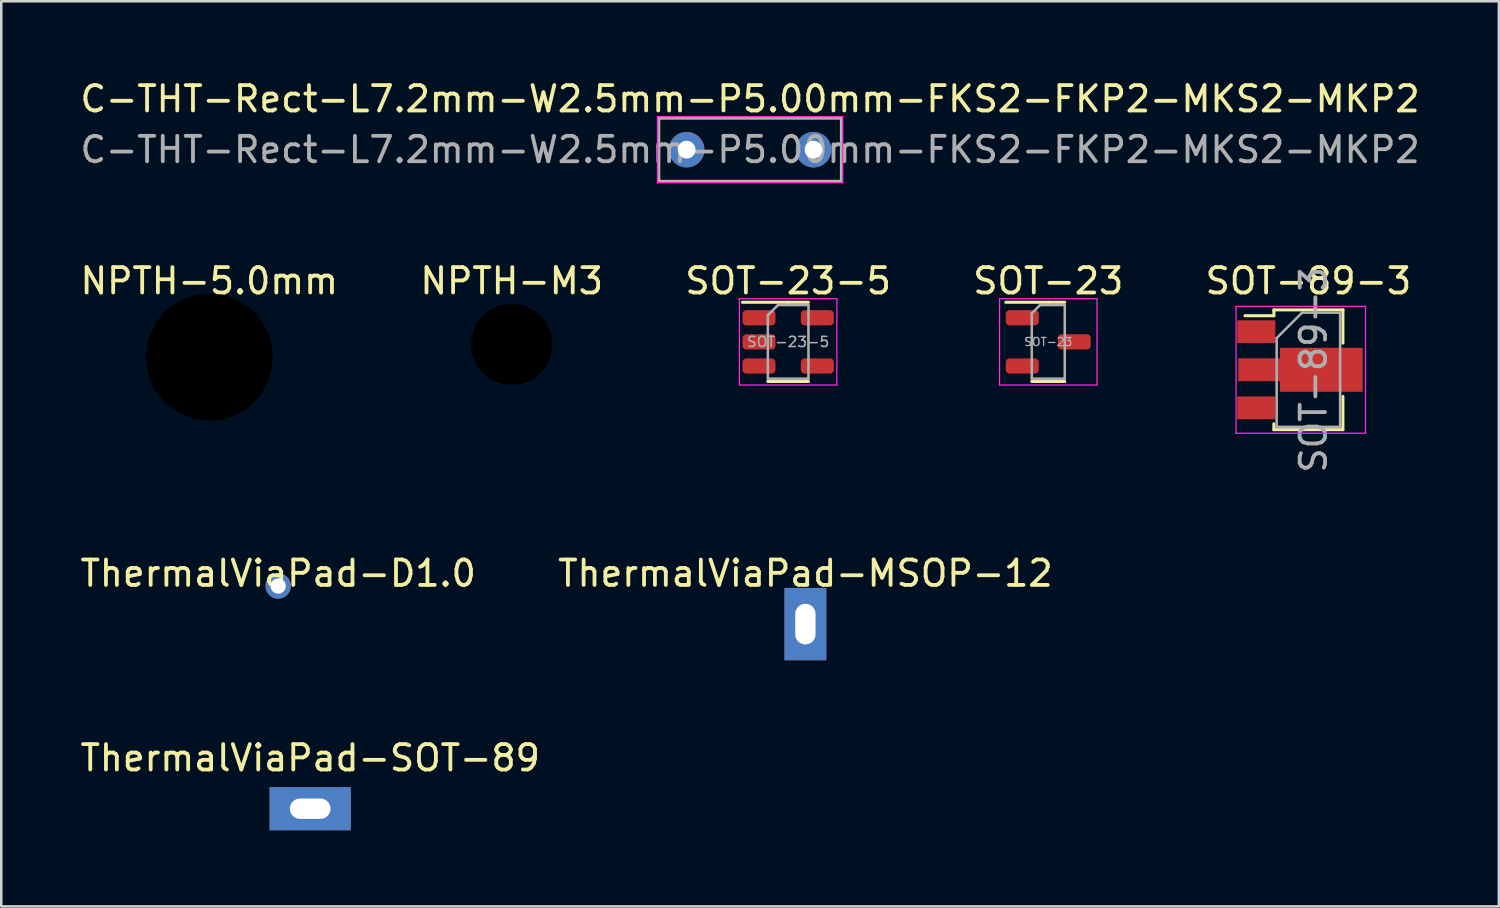
<source format=kicad_pcb>
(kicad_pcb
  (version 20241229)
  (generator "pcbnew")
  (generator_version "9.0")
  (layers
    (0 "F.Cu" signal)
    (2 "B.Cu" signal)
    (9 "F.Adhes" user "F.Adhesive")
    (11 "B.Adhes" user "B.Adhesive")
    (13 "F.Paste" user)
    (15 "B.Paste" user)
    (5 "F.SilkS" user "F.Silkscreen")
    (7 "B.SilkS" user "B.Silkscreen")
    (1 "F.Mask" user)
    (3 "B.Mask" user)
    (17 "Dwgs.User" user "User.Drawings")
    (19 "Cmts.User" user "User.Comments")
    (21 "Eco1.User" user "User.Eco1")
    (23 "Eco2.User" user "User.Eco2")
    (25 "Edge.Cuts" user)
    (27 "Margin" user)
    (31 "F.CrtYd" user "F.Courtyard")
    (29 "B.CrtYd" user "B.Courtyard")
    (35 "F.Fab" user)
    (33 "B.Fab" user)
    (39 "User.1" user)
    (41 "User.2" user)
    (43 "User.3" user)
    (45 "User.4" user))
  (footprint "SOT-89-3"
    (layer "F.Cu")
    (at 48.206 11.521)
    (property "Reference" "SOT-89-3" (at 0.3 -3.5 0) (layer "F.SilkS") (effects (font (size 1 1) (thickness 0.15))))
    (attr smd)
    (fp_line (start -2.2 -2.13) (end -1.06 -2.13) (stroke (width 0.12) (type solid)) (layer "F.SilkS"))
    (fp_line (start -1.06 -2.36) (end -1.06 -2.13) (stroke (width 0.12) (type solid)) (layer "F.SilkS"))
    (fp_line (start -1.06 -2.36) (end 1.66 -2.36) (stroke (width 0.12) (type solid)) (layer "F.SilkS"))
    (fp_line (start -1.06 2.36) (end -1.06 2.13) (stroke (width 0.12) (type solid)) (layer "F.SilkS"))
    (fp_line (start 1.66 -2.36) (end 1.66 -1.05) (stroke (width 0.12) (type solid)) (layer "F.SilkS"))
    (fp_line (start 1.66 1.05) (end 1.66 2.36) (stroke (width 0.12) (type solid)) (layer "F.SilkS"))
    (fp_line (start 1.66 2.36) (end -1.06 2.36) (stroke (width 0.12) (type solid)) (layer "F.SilkS"))
    (fp_line (start -2.55 2.5) (end -2.55 -2.5) (stroke (width 0.05) (type solid)) (layer "F.CrtYd"))
    (fp_line (start -2.55 2.5) (end 2.55 2.5) (stroke (width 0.05) (type solid)) (layer "F.CrtYd"))
    (fp_line (start 2.55 -2.5) (end -2.55 -2.5) (stroke (width 0.05) (type solid)) (layer "F.CrtYd"))
    (fp_line (start 2.55 -2.5) (end 2.55 2.5) (stroke (width 0.05) (type solid)) (layer "F.CrtYd"))
    (fp_line (start -0.95 -1.25) (end 0.05 -2.25) (stroke (width 0.1) (type solid)) (layer "F.Fab"))
    (fp_line (start -0.95 2.25) (end -0.95 -1.25) (stroke (width 0.1) (type solid)) (layer "F.Fab"))
    (fp_line (start 0.05 -2.25) (end 1.55 -2.25) (stroke (width 0.1) (type solid)) (layer "F.Fab"))
    (fp_line (start 1.55 -2.25) (end 1.55 2.25) (stroke (width 0.1) (type solid)) (layer "F.Fab"))
    (fp_line (start 1.55 2.25) (end -0.95 2.25) (stroke (width 0.1) (type solid)) (layer "F.Fab"))
    (fp_text user "${REFERENCE}" (at 0.5 0 90) (layer "F.Fab") (effects (font (size 1 1) (thickness 0.15))))
    (pad "1" smd rect (at -1.75 -1.5) (size 1.5 0.9) (layers "F.Cu" "F.Mask" "F.Paste"))
    (pad "2" smd custom (at -1.562 0) (size 1.8 0.9) (layers "F.Cu" "F.Mask" "F.Paste") (options (anchor rect)) (primitives (gr_poly (pts (xy 4 0.867) (xy 0.738 0.867) (xy 0.738 -0.867) (xy 4 -0.867)) (width 0) (fill yes))))
    (pad "3" smd rect (at -1.75 1.5) (size 1.5 0.9) (layers "F.Cu" "F.Mask" "F.Paste")))
  (footprint "SOT-23-5"
    (layer "F.Cu")
    (at 28.006 10.421)
    (property "Reference" "SOT-23-5" (at 0 -2.4 0) (layer "F.SilkS") (effects (font (size 1 1) (thickness 0.15))))
    (attr smd)
    (fp_line (start 0 -1.56) (end -1.8 -1.56) (stroke (width 0.12) (type solid)) (layer "F.SilkS"))
    (fp_line (start 0 -1.56) (end 0.8 -1.56) (stroke (width 0.12) (type solid)) (layer "F.SilkS"))
    (fp_line (start 0 1.56) (end -0.8 1.56) (stroke (width 0.12) (type solid)) (layer "F.SilkS"))
    (fp_line (start 0 1.56) (end 0.8 1.56) (stroke (width 0.12) (type solid)) (layer "F.SilkS"))
    (fp_line (start -1.92 -1.7) (end -1.92 1.7) (stroke (width 0.05) (type solid)) (layer "F.CrtYd"))
    (fp_line (start -1.92 1.7) (end 1.92 1.7) (stroke (width 0.05) (type solid)) (layer "F.CrtYd"))
    (fp_line (start 1.92 -1.7) (end -1.92 -1.7) (stroke (width 0.05) (type solid)) (layer "F.CrtYd"))
    (fp_line (start 1.92 1.7) (end 1.92 -1.7) (stroke (width 0.05) (type solid)) (layer "F.CrtYd"))
    (fp_line (start -0.8 -1.05) (end -0.4 -1.45) (stroke (width 0.1) (type solid)) (layer "F.Fab"))
    (fp_line (start -0.8 1.45) (end -0.8 -1.05) (stroke (width 0.1) (type solid)) (layer "F.Fab"))
    (fp_line (start -0.4 -1.45) (end 0.8 -1.45) (stroke (width 0.1) (type solid)) (layer "F.Fab"))
    (fp_line (start 0.8 -1.45) (end 0.8 1.45) (stroke (width 0.1) (type solid)) (layer "F.Fab"))
    (fp_line (start 0.8 1.45) (end -0.8 1.45) (stroke (width 0.1) (type solid)) (layer "F.Fab"))
    (fp_text user "${REFERENCE}" (at 0 0 0) (layer "F.Fab") (effects (font (size 0.4 0.4) (thickness 0.06))))
    (pad "1" smd roundrect (at -1.15 -0.95) (size 1.3 0.6) (layers "F.Cu" "F.Mask" "F.Paste") (roundrect_rratio 0.25))
    (pad "2" smd roundrect (at -1.15 0) (size 1.3 0.6) (layers "F.Cu" "F.Mask" "F.Paste") (roundrect_rratio 0.25))
    (pad "3" smd roundrect (at -1.15 0.95) (size 1.3 0.6) (layers "F.Cu" "F.Mask" "F.Paste") (roundrect_rratio 0.25))
    (pad "4" smd roundrect (at 1.15 0.95) (size 1.3 0.6) (layers "F.Cu" "F.Mask" "F.Paste") (roundrect_rratio 0.25))
    (pad "5" smd roundrect (at 1.15 -0.95) (size 1.3 0.6) (layers "F.Cu" "F.Mask" "F.Paste") (roundrect_rratio 0.25)))
  (footprint "C-THT-Rect-L7.2mm-W2.5mm-P5.00mm-FKS2-FKP2-MKS2-MKP2"
    (layer "F.Cu")
    (at 26.506 2.848)
    (property "Reference" "C-THT-Rect-L7.2mm-W2.5mm-P5.00mm-FKS2-FKP2-MKS2-MKP2" (at 0 -2 0) (layer "F.SilkS") (effects (font (size 1 1) (thickness 0.15))))
    (attr through_hole)
    (fp_line (start -3.6 -1.25) (end -3.6 1.25) (stroke (width 0.12) (type solid)) (layer "F.SilkS"))
    (fp_line (start -3.6 -1.25) (end 3.6 -1.25) (stroke (width 0.12) (type solid)) (layer "F.SilkS"))
    (fp_line (start -3.6 1.25) (end 3.6 1.25) (stroke (width 0.12) (type solid)) (layer "F.SilkS"))
    (fp_line (start 3.6 -1.25) (end 3.6 1.25) (stroke (width 0.12) (type solid)) (layer "F.SilkS"))
    (fp_line (start -3.65 -1.3) (end -3.65 1.3) (stroke (width 0.05) (type solid)) (layer "F.CrtYd"))
    (fp_line (start -3.65 1.3) (end 3.65 1.3) (stroke (width 0.05) (type solid)) (layer "F.CrtYd"))
    (fp_line (start 3.65 -1.3) (end -3.65 -1.3) (stroke (width 0.05) (type solid)) (layer "F.CrtYd"))
    (fp_line (start 3.65 1.3) (end 3.65 -1.3) (stroke (width 0.05) (type solid)) (layer "F.CrtYd"))
    (fp_line (start -3.6 -1.25) (end -3.6 1.25) (stroke (width 0.1) (type solid)) (layer "F.Fab"))
    (fp_line (start -3.6 1.25) (end 3.6 1.25) (stroke (width 0.1) (type solid)) (layer "F.Fab"))
    (fp_line (start 3.6 -1.25) (end -3.6 -1.25) (stroke (width 0.1) (type solid)) (layer "F.Fab"))
    (fp_line (start 3.6 1.25) (end 3.6 -1.25) (stroke (width 0.1) (type solid)) (layer "F.Fab"))
    (fp_text user "${REFERENCE}" (at 0 0 0) (layer "F.Fab") (effects (font (size 1 1) (thickness 0.15))))
    (pad "1" thru_hole circle (at -2.5 0) (size 1.4 1.4) (drill 0.7) (layers "*.Cu" "*.Mask"))
    (pad "2" thru_hole circle (at 2.5 0) (size 1.4 1.4) (drill 0.7) (layers "*.Cu" "*.Mask")))
  (footprint "ThermalViaPad-SOT-89"
    (layer "F.Cu")
    (at 9.173 28.816)
    (property "Reference" "ThermalViaPad-SOT-89" (at 0 -2 0) (unlocked yes) (layer "F.SilkS") (effects (font (size 1 1) (thickness 0.15))))
    (attr through_hole)
    (pad "1" thru_hole oval (at 0 0) (size 2 1.2) (drill oval 1.6 0.8) (layers "*.Cu" "*.Mask"))
    (pad "1" smd rect (at 0 0) (size 3.2 1.7) (layers "F.Cu" "F.Mask" "F.Paste"))
    (pad "1" smd rect (at 0 0) (size 3.2 1.7) (layers "B.Cu" "B.Mask" "B.Paste")))
  (footprint "NPTH-M3"
    (layer "F.Cu")
    (at 17.113 10.521)
    (property "Reference" "NPTH-M3" (at 0 -2.5 0) (unlocked yes) (layer "F.SilkS") (effects (font (size 1 1) (thickness 0.15))))
    (attr through_hole)
    (pad "" np_thru_hole circle (at 0 0) (size 3.2 3.2) (drill 3.2) (layers "*.Mask")))
  (footprint "NPTH-5.0mm"
    (layer "F.Cu")
    (at 5.196 11.021)
    (property "Reference" "NPTH-5.0mm" (at 0 -3 0) (unlocked yes) (layer "F.SilkS") (effects (font (size 1 1) (thickness 0.15))))
    (attr through_hole)
    (pad "" np_thru_hole circle (at 0 0) (size 5 5) (drill 5) (layers "*.Mask")))
  (footprint "ThermalViaPad-D1.0"
    (layer "F.Cu")
    (at 7.911 20.042)
    (property "Reference" "ThermalViaPad-D1.0" (at 0 -0.5 0) (unlocked yes) (layer "F.SilkS") (effects (font (size 1 1) (thickness 0.15))))
    (attr through_hole)
    (pad "1" thru_hole circle (at 0 0) (size 1 1) (drill 0.6) (layers "*.Cu" "*.Mask")))
  (footprint "ThermalViaPad-MSOP-12"
    (layer "F.Cu")
    (at 28.685 21.542)
    (property "Reference" "ThermalViaPad-MSOP-12" (at 0 -2 0) (unlocked yes) (layer "F.SilkS") (effects (font (size 1 1) (thickness 0.15))))
    (attr smd)
    (pad "1" thru_hole oval (at 0 0) (size 1.2 2) (drill oval 0.8 1.6) (layers "*.Cu" "*.Mask"))
    (pad "1" smd rect (at 0 0) (size 1.65 2.85) (layers "F.Cu" "F.Mask" "F.Paste"))
    (pad "1" smd rect (at 0 0) (size 1.65 2.85) (layers "B.Cu" "B.Mask" "B.Paste")))
  (footprint "SOT-23"
    (layer "F.Cu")
    (at 38.256 10.421)
    (property "Reference" "SOT-23" (at 0 -2.4 0) (layer "F.SilkS") (effects (font (size 1 1) (thickness 0.15))))
    (attr smd)
    (fp_line (start 0 -1.56) (end -1.675 -1.56) (stroke (width 0.12) (type solid)) (layer "F.SilkS"))
    (fp_line (start 0 -1.56) (end 0.65 -1.56) (stroke (width 0.12) (type solid)) (layer "F.SilkS"))
    (fp_line (start 0 1.56) (end -0.65 1.56) (stroke (width 0.12) (type solid)) (layer "F.SilkS"))
    (fp_line (start 0 1.56) (end 0.65 1.56) (stroke (width 0.12) (type solid)) (layer "F.SilkS"))
    (fp_line (start -1.92 -1.7) (end -1.92 1.7) (stroke (width 0.05) (type solid)) (layer "F.CrtYd"))
    (fp_line (start -1.92 1.7) (end 1.92 1.7) (stroke (width 0.05) (type solid)) (layer "F.CrtYd"))
    (fp_line (start 1.92 -1.7) (end -1.92 -1.7) (stroke (width 0.05) (type solid)) (layer "F.CrtYd"))
    (fp_line (start 1.92 1.7) (end 1.92 -1.7) (stroke (width 0.05) (type solid)) (layer "F.CrtYd"))
    (fp_line (start -0.65 -1.125) (end -0.325 -1.45) (stroke (width 0.1) (type solid)) (layer "F.Fab"))
    (fp_line (start -0.65 1.45) (end -0.65 -1.125) (stroke (width 0.1) (type solid)) (layer "F.Fab"))
    (fp_line (start -0.325 -1.45) (end 0.65 -1.45) (stroke (width 0.1) (type solid)) (layer "F.Fab"))
    (fp_line (start 0.65 -1.45) (end 0.65 1.45) (stroke (width 0.1) (type solid)) (layer "F.Fab"))
    (fp_line (start 0.65 1.45) (end -0.65 1.45) (stroke (width 0.1) (type solid)) (layer "F.Fab"))
    (fp_text user "${REFERENCE}" (at 0 0 0) (layer "F.Fab") (effects (font (size 0.32 0.32) (thickness 0.05))))
    (pad "1" smd roundrect (at -1.025 -0.95) (size 1.3 0.6) (layers "F.Cu" "F.Mask" "F.Paste") (roundrect_rratio 0.25))
    (pad "2" smd roundrect (at -1.025 0.95) (size 1.3 0.6) (layers "F.Cu" "F.Mask" "F.Paste") (roundrect_rratio 0.25))
    (pad "3" smd roundrect (at 1.025 0) (size 1.3 0.6) (layers "F.Cu" "F.Mask" "F.Paste") (roundrect_rratio 0.25)))
  (gr_rect
    (start -3 -3)
    (end 56.012 32.666)
    (stroke (width 0.1) (type default))
    (fill no)
    (layer "Edge.Cuts")))
</source>
